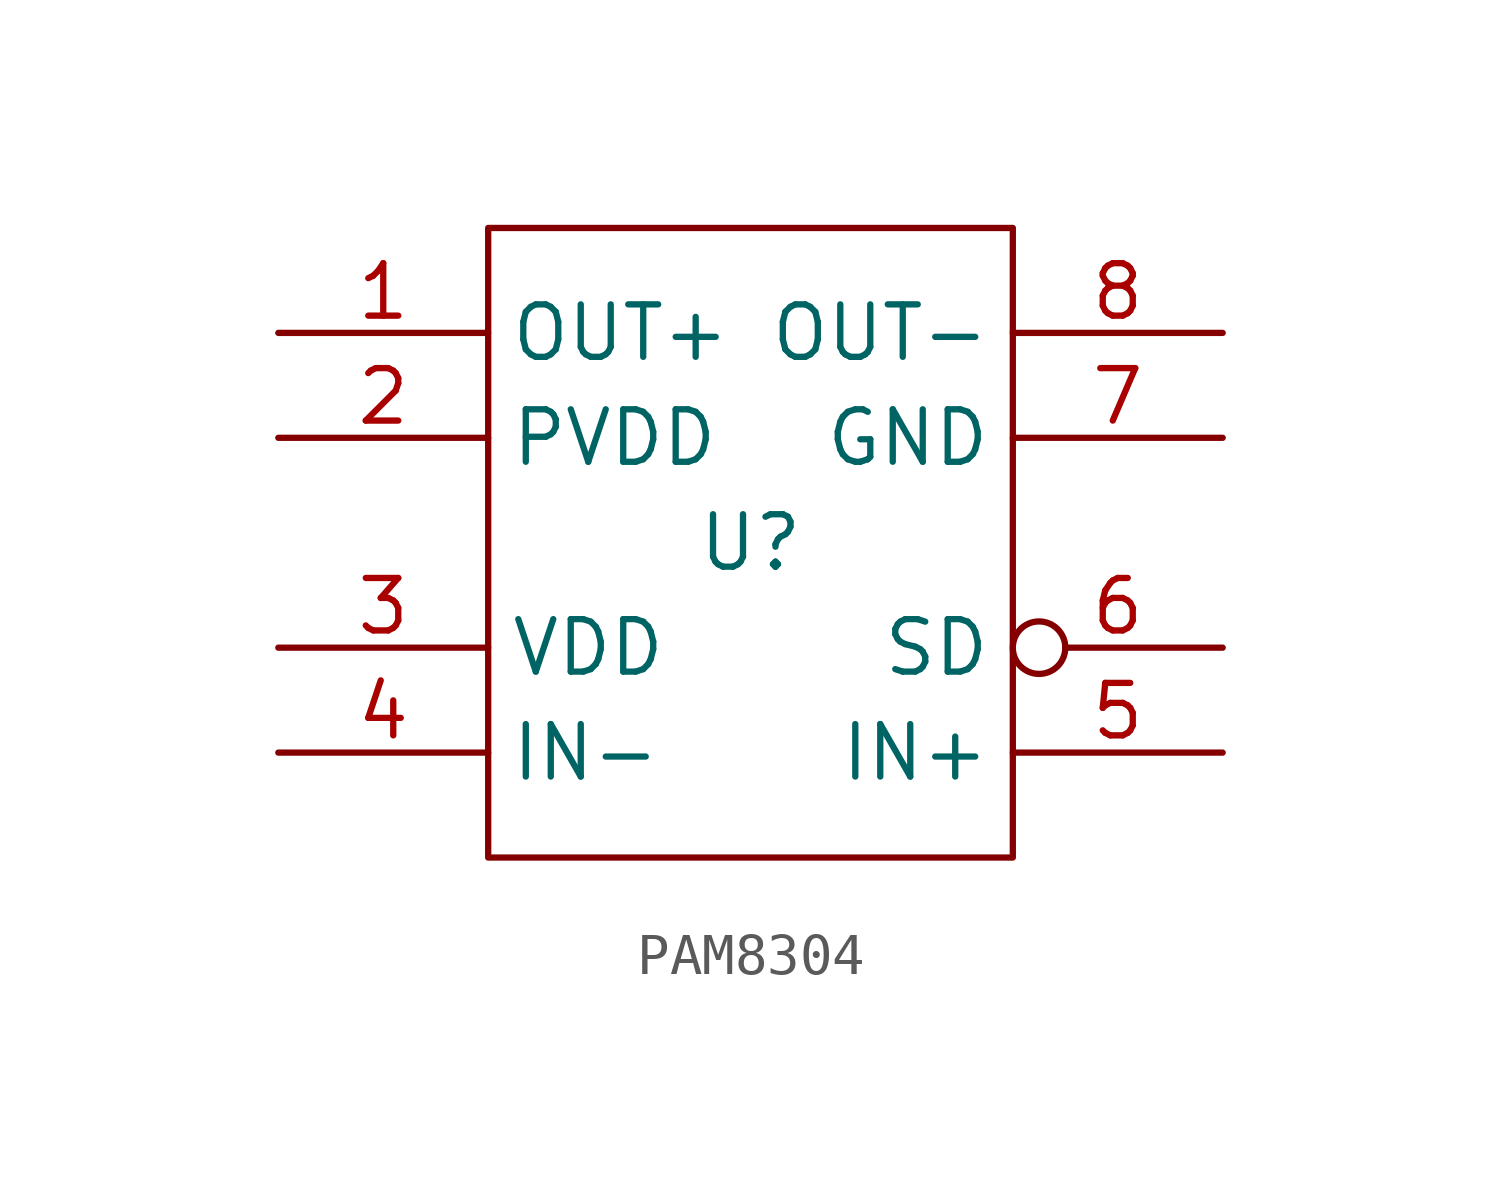
<source format=kicad_sym>
(kicad_symbol_lib
  (version 20231120)
  (generator "kicad_symbol_editor")
  (generator_version "8.0")
  (symbol "PAM8304"
    (property "Reference" "U"
      (at 0 0 0)
      (effects (font (size 1.27 1.27))))
    (property "Value" ""
      (at 0 0 0)
      (effects (font (size 1.27 1.27))))
    (symbol "PAM8304_0_1"
      (rectangle (start -6.35 7.62) (end 6.35 -7.62) (stroke (width 0) (type default)) (fill (type none))))
    (symbol "PAM8304_1_1"
      (pin unspecified line (at -11.43 5.08 0) (length 5.08) (name "OUT+" (effects (font (size 1.27 1.27)))) (number "1" (effects (font (size 1.27 1.27)))))
      (pin unspecified line (at -11.43 2.54 0) (length 5.08) (name "PVDD" (effects (font (size 1.27 1.27)))) (number "2" (effects (font (size 1.27 1.27)))))
      (pin unspecified line (at -11.43 -2.54 0) (length 5.08) (name "VDD" (effects (font (size 1.27 1.27)))) (number "3" (effects (font (size 1.27 1.27)))))
      (pin unspecified line (at -11.43 -5.08 0) (length 5.08) (name "IN-" (effects (font (size 1.27 1.27)))) (number "4" (effects (font (size 1.27 1.27)))))
      (pin unspecified line (at 11.43 -5.08 180) (length 5.08) (name "IN+" (effects (font (size 1.27 1.27)))) (number "5" (effects (font (size 1.27 1.27)))))
      (pin unspecified inverted (at 11.43 -2.54 180) (length 5.08) (name "SD" (effects (font (size 1.27 1.27)))) (number "6" (effects (font (size 1.27 1.27)))))
      (pin unspecified line (at 11.43 2.54 180) (length 5.08) (name "GND" (effects (font (size 1.27 1.27)))) (number "7" (effects (font (size 1.27 1.27)))))
      (pin unspecified line (at 11.43 5.08 180) (length 5.08) (name "OUT-" (effects (font (size 1.27 1.27)))) (number "8" (effects (font (size 1.27 1.27))))))))
</source>
